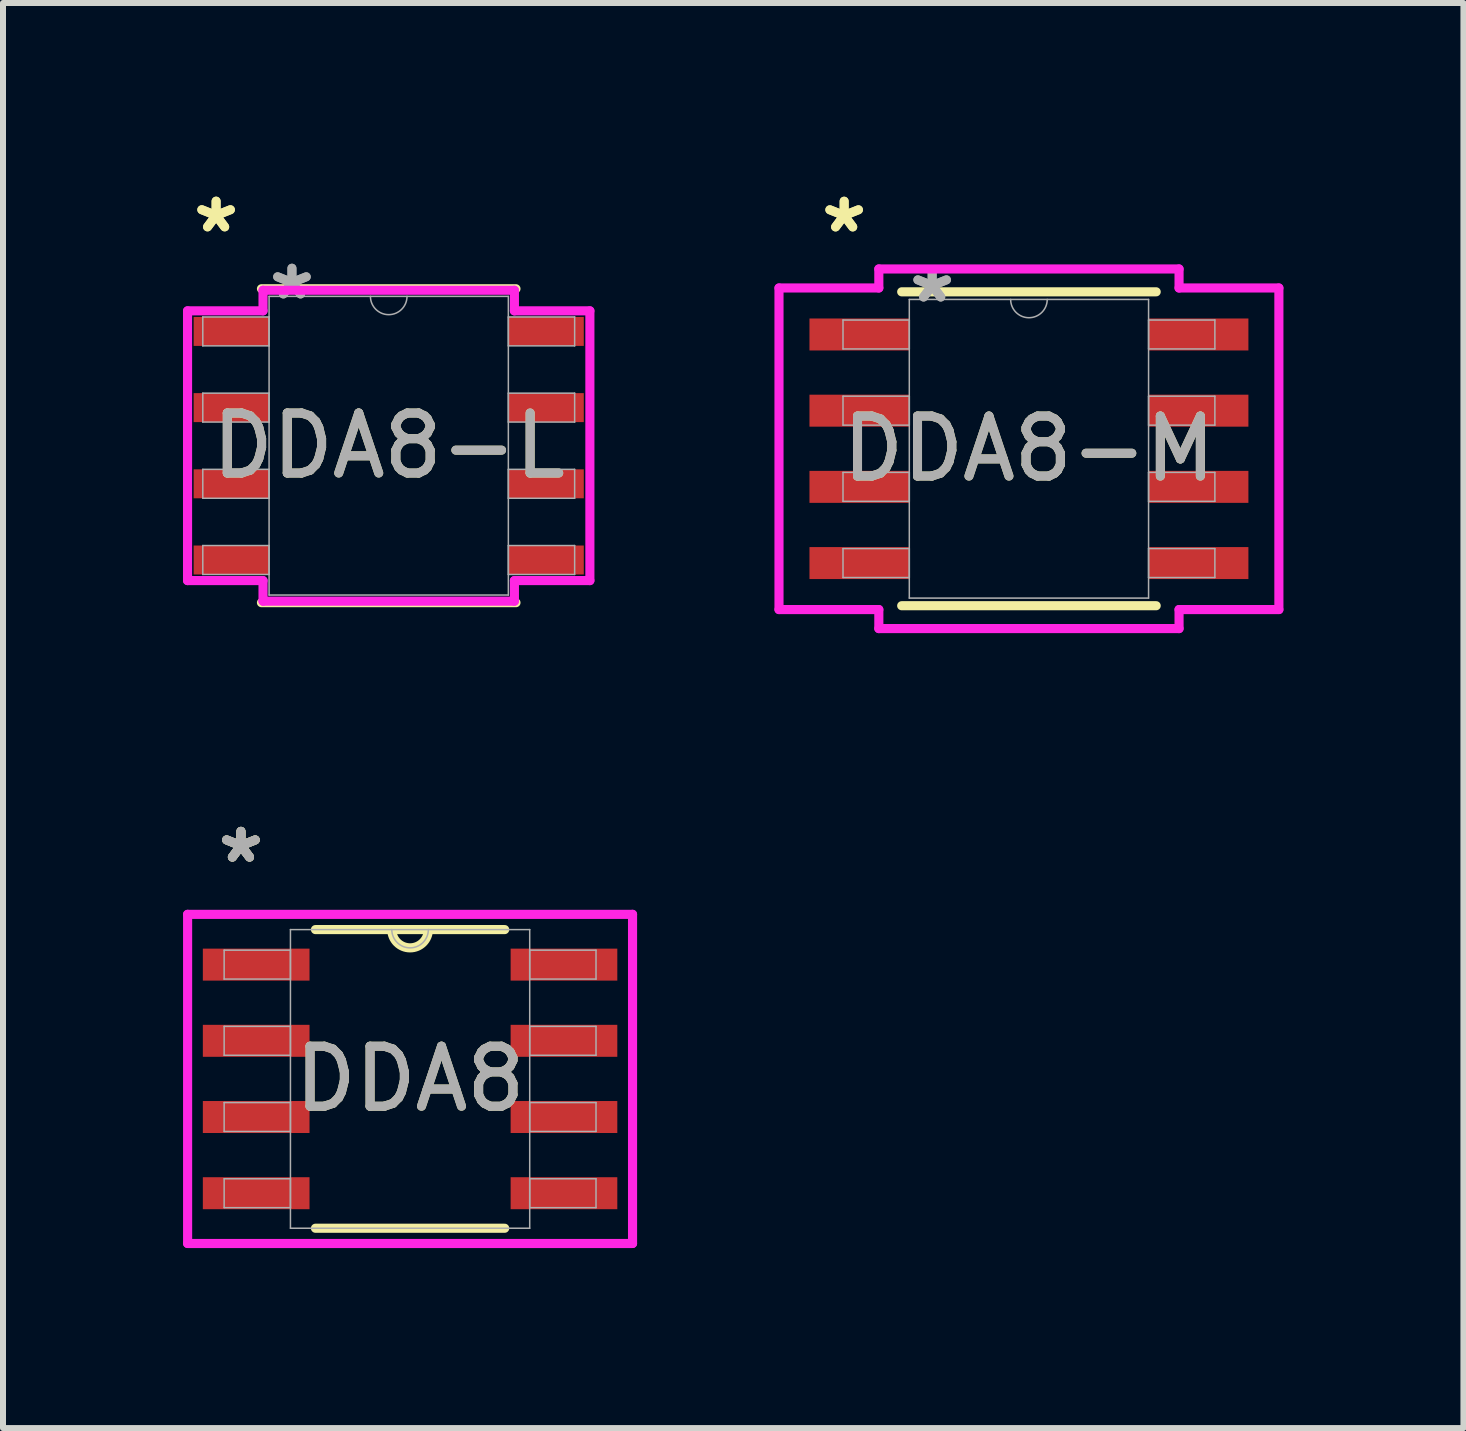
<source format=kicad_pcb>
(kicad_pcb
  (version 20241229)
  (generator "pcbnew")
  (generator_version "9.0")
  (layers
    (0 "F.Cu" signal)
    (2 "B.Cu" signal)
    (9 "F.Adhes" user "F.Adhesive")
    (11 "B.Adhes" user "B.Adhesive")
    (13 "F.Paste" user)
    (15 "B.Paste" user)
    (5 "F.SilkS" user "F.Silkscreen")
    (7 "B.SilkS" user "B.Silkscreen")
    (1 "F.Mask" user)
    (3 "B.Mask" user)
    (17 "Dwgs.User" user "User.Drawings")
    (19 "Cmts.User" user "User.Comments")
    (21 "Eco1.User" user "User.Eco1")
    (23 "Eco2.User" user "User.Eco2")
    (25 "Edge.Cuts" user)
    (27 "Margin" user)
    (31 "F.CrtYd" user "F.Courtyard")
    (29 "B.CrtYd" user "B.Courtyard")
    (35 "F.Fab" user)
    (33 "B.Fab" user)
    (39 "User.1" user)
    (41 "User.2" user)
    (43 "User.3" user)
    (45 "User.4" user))
  (footprint "DDA8-L"
    (layer "F.Cu")
    (at 3.429 4.379)
    (property "Reference" "DDA8-L" (at 0 0 0) (unlocked yes) (layer "F.SilkS") (effects (font (size 1 1) (thickness 0.15))))
    (attr smd)
    (fp_line (start -2.121 2.616) (end 2.121 2.616) (stroke (width 0.152) (type solid)) (layer "F.SilkS"))
    (fp_line (start 2.121 -2.616) (end -2.121 -2.616) (stroke (width 0.152) (type solid)) (layer "F.SilkS"))
    (fp_line (start -3.353 -2.248) (end -2.095 -2.248) (stroke (width 0.152) (type solid)) (layer "F.CrtYd"))
    (fp_line (start -3.353 2.248) (end -3.353 -2.248) (stroke (width 0.152) (type solid)) (layer "F.CrtYd"))
    (fp_line (start -3.353 2.248) (end -2.095 2.248) (stroke (width 0.152) (type solid)) (layer "F.CrtYd"))
    (fp_line (start -2.095 -2.591) (end 2.095 -2.591) (stroke (width 0.152) (type solid)) (layer "F.CrtYd"))
    (fp_line (start -2.095 -2.248) (end -2.095 -2.591) (stroke (width 0.152) (type solid)) (layer "F.CrtYd"))
    (fp_line (start -2.095 2.591) (end -2.095 2.248) (stroke (width 0.152) (type solid)) (layer "F.CrtYd"))
    (fp_line (start 2.095 -2.591) (end 2.095 -2.248) (stroke (width 0.152) (type solid)) (layer "F.CrtYd"))
    (fp_line (start 2.095 2.248) (end 2.095 2.591) (stroke (width 0.152) (type solid)) (layer "F.CrtYd"))
    (fp_line (start 2.095 2.591) (end -2.095 2.591) (stroke (width 0.152) (type solid)) (layer "F.CrtYd"))
    (fp_line (start 3.353 -2.248) (end 2.095 -2.248) (stroke (width 0.152) (type solid)) (layer "F.CrtYd"))
    (fp_line (start 3.353 -2.248) (end 3.353 2.248) (stroke (width 0.152) (type solid)) (layer "F.CrtYd"))
    (fp_line (start 3.353 2.248) (end 2.095 2.248) (stroke (width 0.152) (type solid)) (layer "F.CrtYd"))
    (fp_line (start -3.099 -2.146) (end -3.099 -1.664) (stroke (width 0.025) (type solid)) (layer "F.Fab"))
    (fp_line (start -3.099 -1.664) (end -1.994 -1.664) (stroke (width 0.025) (type solid)) (layer "F.Fab"))
    (fp_line (start -3.099 -0.876) (end -3.099 -0.394) (stroke (width 0.025) (type solid)) (layer "F.Fab"))
    (fp_line (start -3.099 -0.394) (end -1.994 -0.394) (stroke (width 0.025) (type solid)) (layer "F.Fab"))
    (fp_line (start -3.099 0.394) (end -3.099 0.876) (stroke (width 0.025) (type solid)) (layer "F.Fab"))
    (fp_line (start -3.099 0.876) (end -1.994 0.876) (stroke (width 0.025) (type solid)) (layer "F.Fab"))
    (fp_line (start -3.099 1.664) (end -3.099 2.146) (stroke (width 0.025) (type solid)) (layer "F.Fab"))
    (fp_line (start -3.099 2.146) (end -1.994 2.146) (stroke (width 0.025) (type solid)) (layer "F.Fab"))
    (fp_line (start -1.994 -2.489) (end -1.994 2.489) (stroke (width 0.025) (type solid)) (layer "F.Fab"))
    (fp_line (start -1.994 -2.146) (end -3.099 -2.146) (stroke (width 0.025) (type solid)) (layer "F.Fab"))
    (fp_line (start -1.994 -1.664) (end -1.994 -2.146) (stroke (width 0.025) (type solid)) (layer "F.Fab"))
    (fp_line (start -1.994 -0.876) (end -3.099 -0.876) (stroke (width 0.025) (type solid)) (layer "F.Fab"))
    (fp_line (start -1.994 -0.394) (end -1.994 -0.876) (stroke (width 0.025) (type solid)) (layer "F.Fab"))
    (fp_line (start -1.994 0.394) (end -3.099 0.394) (stroke (width 0.025) (type solid)) (layer "F.Fab"))
    (fp_line (start -1.994 0.876) (end -1.994 0.394) (stroke (width 0.025) (type solid)) (layer "F.Fab"))
    (fp_line (start -1.994 1.664) (end -3.099 1.664) (stroke (width 0.025) (type solid)) (layer "F.Fab"))
    (fp_line (start -1.994 2.146) (end -1.994 1.664) (stroke (width 0.025) (type solid)) (layer "F.Fab"))
    (fp_line (start -1.994 2.489) (end 1.994 2.489) (stroke (width 0.025) (type solid)) (layer "F.Fab"))
    (fp_line (start 1.994 -2.489) (end -1.994 -2.489) (stroke (width 0.025) (type solid)) (layer "F.Fab"))
    (fp_line (start 1.994 -2.146) (end 1.994 -1.664) (stroke (width 0.025) (type solid)) (layer "F.Fab"))
    (fp_line (start 1.994 -1.664) (end 3.099 -1.664) (stroke (width 0.025) (type solid)) (layer "F.Fab"))
    (fp_line (start 1.994 -0.876) (end 1.994 -0.394) (stroke (width 0.025) (type solid)) (layer "F.Fab"))
    (fp_line (start 1.994 -0.394) (end 3.099 -0.394) (stroke (width 0.025) (type solid)) (layer "F.Fab"))
    (fp_line (start 1.994 0.394) (end 1.994 0.876) (stroke (width 0.025) (type solid)) (layer "F.Fab"))
    (fp_line (start 1.994 0.876) (end 3.099 0.876) (stroke (width 0.025) (type solid)) (layer "F.Fab"))
    (fp_line (start 1.994 1.664) (end 1.994 2.146) (stroke (width 0.025) (type solid)) (layer "F.Fab"))
    (fp_line (start 1.994 2.146) (end 3.099 2.146) (stroke (width 0.025) (type solid)) (layer "F.Fab"))
    (fp_line (start 1.994 2.489) (end 1.994 -2.489) (stroke (width 0.025) (type solid)) (layer "F.Fab"))
    (fp_line (start 3.099 -2.146) (end 1.994 -2.146) (stroke (width 0.025) (type solid)) (layer "F.Fab"))
    (fp_line (start 3.099 -1.664) (end 3.099 -2.146) (stroke (width 0.025) (type solid)) (layer "F.Fab"))
    (fp_line (start 3.099 -0.876) (end 1.994 -0.876) (stroke (width 0.025) (type solid)) (layer "F.Fab"))
    (fp_line (start 3.099 -0.394) (end 3.099 -0.876) (stroke (width 0.025) (type solid)) (layer "F.Fab"))
    (fp_line (start 3.099 0.394) (end 1.994 0.394) (stroke (width 0.025) (type solid)) (layer "F.Fab"))
    (fp_line (start 3.099 0.876) (end 3.099 0.394) (stroke (width 0.025) (type solid)) (layer "F.Fab"))
    (fp_line (start 3.099 1.664) (end 1.994 1.664) (stroke (width 0.025) (type solid)) (layer "F.Fab"))
    (fp_line (start 3.099 2.146) (end 3.099 1.664) (stroke (width 0.025) (type solid)) (layer "F.Fab"))
    (fp_arc (start 0.3048 -2.4892) (mid 0 -2.1844) (end -0.3048 -2.4892) (stroke (width 0.0254) (type solid)) (layer "F.Fab"))
    (fp_text user "*" (at -2.877 -3.531 0) (unlocked yes) (layer "F.SilkS") (effects (font (size 1 1) (thickness 0.15))))
    (fp_text user "*" (at -2.877 -3.531 0) (layer "F.SilkS") (effects (font (size 1 1) (thickness 0.15))))
    (fp_text user "*" (at -1.613 -2.413 0) (unlocked yes) (layer "F.Fab") (effects (font (size 1 1) (thickness 0.15))))
    (fp_text user "${REFERENCE}" (at 0 0 0) (unlocked yes) (layer "F.Fab") (effects (font (size 1 1) (thickness 0.15))))
    (fp_text user "*" (at -1.613 -2.413 0) (layer "F.Fab") (effects (font (size 1 1) (thickness 0.15))))
    (pad "1" smd rect (at -2.623 -1.905) (size 1.257 0.483) (layers "F.Cu" "F.Mask" "F.Paste"))
    (pad "2" smd rect (at -2.623 -0.635) (size 1.257 0.483) (layers "F.Cu" "F.Mask" "F.Paste"))
    (pad "3" smd rect (at -2.623 0.635) (size 1.257 0.483) (layers "F.Cu" "F.Mask" "F.Paste"))
    (pad "4" smd rect (at -2.623 1.905) (size 1.257 0.483) (layers "F.Cu" "F.Mask" "F.Paste"))
    (pad "5" smd rect (at 2.623 1.905) (size 1.257 0.483) (layers "F.Cu" "F.Mask" "F.Paste"))
    (pad "6" smd rect (at 2.623 0.635) (size 1.257 0.483) (layers "F.Cu" "F.Mask" "F.Paste"))
    (pad "7" smd rect (at 2.623 -0.635) (size 1.257 0.483) (layers "F.Cu" "F.Mask" "F.Paste"))
    (pad "8" smd rect (at 2.623 -1.905) (size 1.257 0.483) (layers "F.Cu" "F.Mask" "F.Paste")))
  (footprint "DDA8-M"
    (layer "F.Cu")
    (at 14.1 4.43)
    (property "Reference" "DDA8-M" (at 0 0 0) (unlocked yes) (layer "F.SilkS") (effects (font (size 1 1) (thickness 0.15))))
    (attr smd)
    (fp_line (start -2.121 2.616) (end 2.121 2.616) (stroke (width 0.152) (type solid)) (layer "F.SilkS"))
    (fp_line (start 2.121 -2.616) (end -2.121 -2.616) (stroke (width 0.152) (type solid)) (layer "F.SilkS"))
    (fp_line (start -4.166 -2.68) (end -2.502 -2.68) (stroke (width 0.152) (type solid)) (layer "F.CrtYd"))
    (fp_line (start -4.166 2.68) (end -4.166 -2.68) (stroke (width 0.152) (type solid)) (layer "F.CrtYd"))
    (fp_line (start -4.166 2.68) (end -2.502 2.68) (stroke (width 0.152) (type solid)) (layer "F.CrtYd"))
    (fp_line (start -2.502 -2.997) (end 2.502 -2.997) (stroke (width 0.152) (type solid)) (layer "F.CrtYd"))
    (fp_line (start -2.502 -2.68) (end -2.502 -2.997) (stroke (width 0.152) (type solid)) (layer "F.CrtYd"))
    (fp_line (start -2.502 2.997) (end -2.502 2.68) (stroke (width 0.152) (type solid)) (layer "F.CrtYd"))
    (fp_line (start 2.502 -2.997) (end 2.502 -2.68) (stroke (width 0.152) (type solid)) (layer "F.CrtYd"))
    (fp_line (start 2.502 2.68) (end 2.502 2.997) (stroke (width 0.152) (type solid)) (layer "F.CrtYd"))
    (fp_line (start 2.502 2.997) (end -2.502 2.997) (stroke (width 0.152) (type solid)) (layer "F.CrtYd"))
    (fp_line (start 4.166 -2.68) (end 2.502 -2.68) (stroke (width 0.152) (type solid)) (layer "F.CrtYd"))
    (fp_line (start 4.166 -2.68) (end 4.166 2.68) (stroke (width 0.152) (type solid)) (layer "F.CrtYd"))
    (fp_line (start 4.166 2.68) (end 2.502 2.68) (stroke (width 0.152) (type solid)) (layer "F.CrtYd"))
    (fp_line (start -3.099 -2.146) (end -3.099 -1.664) (stroke (width 0.025) (type solid)) (layer "F.Fab"))
    (fp_line (start -3.099 -1.664) (end -1.994 -1.664) (stroke (width 0.025) (type solid)) (layer "F.Fab"))
    (fp_line (start -3.099 -0.876) (end -3.099 -0.394) (stroke (width 0.025) (type solid)) (layer "F.Fab"))
    (fp_line (start -3.099 -0.394) (end -1.994 -0.394) (stroke (width 0.025) (type solid)) (layer "F.Fab"))
    (fp_line (start -3.099 0.394) (end -3.099 0.876) (stroke (width 0.025) (type solid)) (layer "F.Fab"))
    (fp_line (start -3.099 0.876) (end -1.994 0.876) (stroke (width 0.025) (type solid)) (layer "F.Fab"))
    (fp_line (start -3.099 1.664) (end -3.099 2.146) (stroke (width 0.025) (type solid)) (layer "F.Fab"))
    (fp_line (start -3.099 2.146) (end -1.994 2.146) (stroke (width 0.025) (type solid)) (layer "F.Fab"))
    (fp_line (start -1.994 -2.489) (end -1.994 2.489) (stroke (width 0.025) (type solid)) (layer "F.Fab"))
    (fp_line (start -1.994 -2.146) (end -3.099 -2.146) (stroke (width 0.025) (type solid)) (layer "F.Fab"))
    (fp_line (start -1.994 -1.664) (end -1.994 -2.146) (stroke (width 0.025) (type solid)) (layer "F.Fab"))
    (fp_line (start -1.994 -0.876) (end -3.099 -0.876) (stroke (width 0.025) (type solid)) (layer "F.Fab"))
    (fp_line (start -1.994 -0.394) (end -1.994 -0.876) (stroke (width 0.025) (type solid)) (layer "F.Fab"))
    (fp_line (start -1.994 0.394) (end -3.099 0.394) (stroke (width 0.025) (type solid)) (layer "F.Fab"))
    (fp_line (start -1.994 0.876) (end -1.994 0.394) (stroke (width 0.025) (type solid)) (layer "F.Fab"))
    (fp_line (start -1.994 1.664) (end -3.099 1.664) (stroke (width 0.025) (type solid)) (layer "F.Fab"))
    (fp_line (start -1.994 2.146) (end -1.994 1.664) (stroke (width 0.025) (type solid)) (layer "F.Fab"))
    (fp_line (start -1.994 2.489) (end 1.994 2.489) (stroke (width 0.025) (type solid)) (layer "F.Fab"))
    (fp_line (start 1.994 -2.489) (end -1.994 -2.489) (stroke (width 0.025) (type solid)) (layer "F.Fab"))
    (fp_line (start 1.994 -2.146) (end 1.994 -1.664) (stroke (width 0.025) (type solid)) (layer "F.Fab"))
    (fp_line (start 1.994 -1.664) (end 3.099 -1.664) (stroke (width 0.025) (type solid)) (layer "F.Fab"))
    (fp_line (start 1.994 -0.876) (end 1.994 -0.394) (stroke (width 0.025) (type solid)) (layer "F.Fab"))
    (fp_line (start 1.994 -0.394) (end 3.099 -0.394) (stroke (width 0.025) (type solid)) (layer "F.Fab"))
    (fp_line (start 1.994 0.394) (end 1.994 0.876) (stroke (width 0.025) (type solid)) (layer "F.Fab"))
    (fp_line (start 1.994 0.876) (end 3.099 0.876) (stroke (width 0.025) (type solid)) (layer "F.Fab"))
    (fp_line (start 1.994 1.664) (end 1.994 2.146) (stroke (width 0.025) (type solid)) (layer "F.Fab"))
    (fp_line (start 1.994 2.146) (end 3.099 2.146) (stroke (width 0.025) (type solid)) (layer "F.Fab"))
    (fp_line (start 1.994 2.489) (end 1.994 -2.489) (stroke (width 0.025) (type solid)) (layer "F.Fab"))
    (fp_line (start 3.099 -2.146) (end 1.994 -2.146) (stroke (width 0.025) (type solid)) (layer "F.Fab"))
    (fp_line (start 3.099 -1.664) (end 3.099 -2.146) (stroke (width 0.025) (type solid)) (layer "F.Fab"))
    (fp_line (start 3.099 -0.876) (end 1.994 -0.876) (stroke (width 0.025) (type solid)) (layer "F.Fab"))
    (fp_line (start 3.099 -0.394) (end 3.099 -0.876) (stroke (width 0.025) (type solid)) (layer "F.Fab"))
    (fp_line (start 3.099 0.394) (end 1.994 0.394) (stroke (width 0.025) (type solid)) (layer "F.Fab"))
    (fp_line (start 3.099 0.876) (end 3.099 0.394) (stroke (width 0.025) (type solid)) (layer "F.Fab"))
    (fp_line (start 3.099 1.664) (end 1.994 1.664) (stroke (width 0.025) (type solid)) (layer "F.Fab"))
    (fp_line (start 3.099 2.146) (end 3.099 1.664) (stroke (width 0.025) (type solid)) (layer "F.Fab"))
    (fp_arc (start 0.3048 -2.4892) (mid 0 -2.1844) (end -0.3048 -2.4892) (stroke (width 0.0254) (type solid)) (layer "F.Fab"))
    (fp_text user "*" (at -3.08 -3.581 0) (unlocked yes) (layer "F.SilkS") (effects (font (size 1 1) (thickness 0.15))))
    (fp_text user "*" (at -3.08 -3.581 0) (layer "F.SilkS") (effects (font (size 1 1) (thickness 0.15))))
    (fp_text user "${REFERENCE}" (at 0 0 0) (unlocked yes) (layer "F.Fab") (effects (font (size 1 1) (thickness 0.15))))
    (fp_text user "*" (at -1.613 -2.413 0) (unlocked yes) (layer "F.Fab") (effects (font (size 1 1) (thickness 0.15))))
    (fp_text user "*" (at -1.613 -2.413 0) (layer "F.Fab") (effects (font (size 1 1) (thickness 0.15))))
    (pad "1" smd rect (at -2.826 -1.905) (size 1.664 0.533) (layers "F.Cu" "F.Mask" "F.Paste"))
    (pad "2" smd rect (at -2.826 -0.635) (size 1.664 0.533) (layers "F.Cu" "F.Mask" "F.Paste"))
    (pad "3" smd rect (at -2.826 0.635) (size 1.664 0.533) (layers "F.Cu" "F.Mask" "F.Paste"))
    (pad "4" smd rect (at -2.826 1.905) (size 1.664 0.533) (layers "F.Cu" "F.Mask" "F.Paste"))
    (pad "5" smd rect (at 2.826 1.905) (size 1.664 0.533) (layers "F.Cu" "F.Mask" "F.Paste"))
    (pad "6" smd rect (at 2.826 0.635) (size 1.664 0.533) (layers "F.Cu" "F.Mask" "F.Paste"))
    (pad "7" smd rect (at 2.826 -0.635) (size 1.664 0.533) (layers "F.Cu" "F.Mask" "F.Paste"))
    (pad "8" smd rect (at 2.826 -1.905) (size 1.664 0.533) (layers "F.Cu" "F.Mask" "F.Paste")))
  (footprint "DDA8"
    (layer "F.Cu")
    (at 3.785 14.933)
    (property "Reference" "DDA8" (at 0 0 0) (unlocked yes) (layer "F.SilkS") (effects (font (size 1 1) (thickness 0.15))))
    (attr smd)
    (fp_line (start -1.577 2.489) (end 1.577 2.489) (stroke (width 0.152) (type solid)) (layer "F.SilkS"))
    (fp_line (start 1.577 -2.489) (end -1.577 -2.489) (stroke (width 0.152) (type solid)) (layer "F.SilkS"))
    (fp_arc (start 0.3048 -2.4892) (mid 0 -2.1844) (end -0.3048 -2.4892) (stroke (width 0.1524) (type solid)) (layer "F.SilkS"))
    (fp_line (start -3.708 -2.743) (end 3.708 -2.743) (stroke (width 0.152) (type solid)) (layer "F.CrtYd"))
    (fp_line (start -3.708 2.743) (end -3.708 -2.743) (stroke (width 0.152) (type solid)) (layer "F.CrtYd"))
    (fp_line (start 3.708 -2.743) (end 3.708 2.743) (stroke (width 0.152) (type solid)) (layer "F.CrtYd"))
    (fp_line (start 3.708 2.743) (end -3.708 2.743) (stroke (width 0.152) (type solid)) (layer "F.CrtYd"))
    (fp_line (start -3.099 -2.146) (end -3.099 -1.664) (stroke (width 0.025) (type solid)) (layer "F.Fab"))
    (fp_line (start -3.099 -1.664) (end -1.994 -1.664) (stroke (width 0.025) (type solid)) (layer "F.Fab"))
    (fp_line (start -3.099 -0.876) (end -3.099 -0.394) (stroke (width 0.025) (type solid)) (layer "F.Fab"))
    (fp_line (start -3.099 -0.394) (end -1.994 -0.394) (stroke (width 0.025) (type solid)) (layer "F.Fab"))
    (fp_line (start -3.099 0.394) (end -3.099 0.876) (stroke (width 0.025) (type solid)) (layer "F.Fab"))
    (fp_line (start -3.099 0.876) (end -1.994 0.876) (stroke (width 0.025) (type solid)) (layer "F.Fab"))
    (fp_line (start -3.099 1.664) (end -3.099 2.146) (stroke (width 0.025) (type solid)) (layer "F.Fab"))
    (fp_line (start -3.099 2.146) (end -1.994 2.146) (stroke (width 0.025) (type solid)) (layer "F.Fab"))
    (fp_line (start -1.994 -2.489) (end -1.994 2.489) (stroke (width 0.025) (type solid)) (layer "F.Fab"))
    (fp_line (start -1.994 -2.146) (end -3.099 -2.146) (stroke (width 0.025) (type solid)) (layer "F.Fab"))
    (fp_line (start -1.994 -1.664) (end -1.994 -2.146) (stroke (width 0.025) (type solid)) (layer "F.Fab"))
    (fp_line (start -1.994 -0.876) (end -3.099 -0.876) (stroke (width 0.025) (type solid)) (layer "F.Fab"))
    (fp_line (start -1.994 -0.394) (end -1.994 -0.876) (stroke (width 0.025) (type solid)) (layer "F.Fab"))
    (fp_line (start -1.994 0.394) (end -3.099 0.394) (stroke (width 0.025) (type solid)) (layer "F.Fab"))
    (fp_line (start -1.994 0.876) (end -1.994 0.394) (stroke (width 0.025) (type solid)) (layer "F.Fab"))
    (fp_line (start -1.994 1.664) (end -3.099 1.664) (stroke (width 0.025) (type solid)) (layer "F.Fab"))
    (fp_line (start -1.994 2.146) (end -1.994 1.664) (stroke (width 0.025) (type solid)) (layer "F.Fab"))
    (fp_line (start -1.994 2.489) (end 1.994 2.489) (stroke (width 0.025) (type solid)) (layer "F.Fab"))
    (fp_line (start 1.994 -2.489) (end -1.994 -2.489) (stroke (width 0.025) (type solid)) (layer "F.Fab"))
    (fp_line (start 1.994 -2.146) (end 1.994 -1.664) (stroke (width 0.025) (type solid)) (layer "F.Fab"))
    (fp_line (start 1.994 -1.664) (end 3.099 -1.664) (stroke (width 0.025) (type solid)) (layer "F.Fab"))
    (fp_line (start 1.994 -0.876) (end 1.994 -0.394) (stroke (width 0.025) (type solid)) (layer "F.Fab"))
    (fp_line (start 1.994 -0.394) (end 3.099 -0.394) (stroke (width 0.025) (type solid)) (layer "F.Fab"))
    (fp_line (start 1.994 0.394) (end 1.994 0.876) (stroke (width 0.025) (type solid)) (layer "F.Fab"))
    (fp_line (start 1.994 0.876) (end 3.099 0.876) (stroke (width 0.025) (type solid)) (layer "F.Fab"))
    (fp_line (start 1.994 1.664) (end 1.994 2.146) (stroke (width 0.025) (type solid)) (layer "F.Fab"))
    (fp_line (start 1.994 2.146) (end 3.099 2.146) (stroke (width 0.025) (type solid)) (layer "F.Fab"))
    (fp_line (start 1.994 2.489) (end 1.994 -2.489) (stroke (width 0.025) (type solid)) (layer "F.Fab"))
    (fp_line (start 3.099 -2.146) (end 1.994 -2.146) (stroke (width 0.025) (type solid)) (layer "F.Fab"))
    (fp_line (start 3.099 -1.664) (end 3.099 -2.146) (stroke (width 0.025) (type solid)) (layer "F.Fab"))
    (fp_line (start 3.099 -0.876) (end 1.994 -0.876) (stroke (width 0.025) (type solid)) (layer "F.Fab"))
    (fp_line (start 3.099 -0.394) (end 3.099 -0.876) (stroke (width 0.025) (type solid)) (layer "F.Fab"))
    (fp_line (start 3.099 0.394) (end 1.994 0.394) (stroke (width 0.025) (type solid)) (layer "F.Fab"))
    (fp_line (start 3.099 0.876) (end 3.099 0.394) (stroke (width 0.025) (type solid)) (layer "F.Fab"))
    (fp_line (start 3.099 1.664) (end 1.994 1.664) (stroke (width 0.025) (type solid)) (layer "F.Fab"))
    (fp_line (start 3.099 2.146) (end 3.099 1.664) (stroke (width 0.025) (type solid)) (layer "F.Fab"))
    (fp_arc (start 0.3048 -2.4892) (mid 0 -2.1844) (end -0.3048 -2.4892) (stroke (width 0.0254) (type solid)) (layer "F.Fab"))
    (fp_text user "*" (at -2.819 -3.581 0) (unlocked yes) (layer "F.SilkS") (effects (font (size 1 1) (thickness 0.15))))
    (fp_text user "*" (at -2.819 -3.581 0) (layer "F.SilkS") (effects (font (size 1 1) (thickness 0.15))))
    (fp_text user "*" (at -2.819 -3.581 0) (layer "F.Fab") (effects (font (size 1 1) (thickness 0.15))))
    (fp_text user "*" (at -2.819 -3.581 0) (unlocked yes) (layer "F.Fab") (effects (font (size 1 1) (thickness 0.15))))
    (fp_text user "${REFERENCE}" (at 0 0 0) (unlocked yes) (layer "F.Fab") (effects (font (size 1 1) (thickness 0.15))))
    (pad "1" smd rect (at -2.565 -1.905) (size 1.778 0.533) (layers "F.Cu" "F.Mask" "F.Paste"))
    (pad "2" smd rect (at -2.565 -0.635) (size 1.778 0.533) (layers "F.Cu" "F.Mask" "F.Paste"))
    (pad "3" smd rect (at -2.565 0.635) (size 1.778 0.533) (layers "F.Cu" "F.Mask" "F.Paste"))
    (pad "4" smd rect (at -2.565 1.905) (size 1.778 0.533) (layers "F.Cu" "F.Mask" "F.Paste"))
    (pad "5" smd rect (at 2.565 1.905) (size 1.778 0.533) (layers "F.Cu" "F.Mask" "F.Paste"))
    (pad "6" smd rect (at 2.565 0.635) (size 1.778 0.533) (layers "F.Cu" "F.Mask" "F.Paste"))
    (pad "7" smd rect (at 2.565 -0.635) (size 1.778 0.533) (layers "F.Cu" "F.Mask" "F.Paste"))
    (pad "8" smd rect (at 2.565 -1.905) (size 1.778 0.533) (layers "F.Cu" "F.Mask" "F.Paste")))
  (gr_rect
    (start -3 -3)
    (end 21.342 20.752)
    (stroke (width 0.1) (type default))
    (fill no)
    (layer "Edge.Cuts")))
</source>
